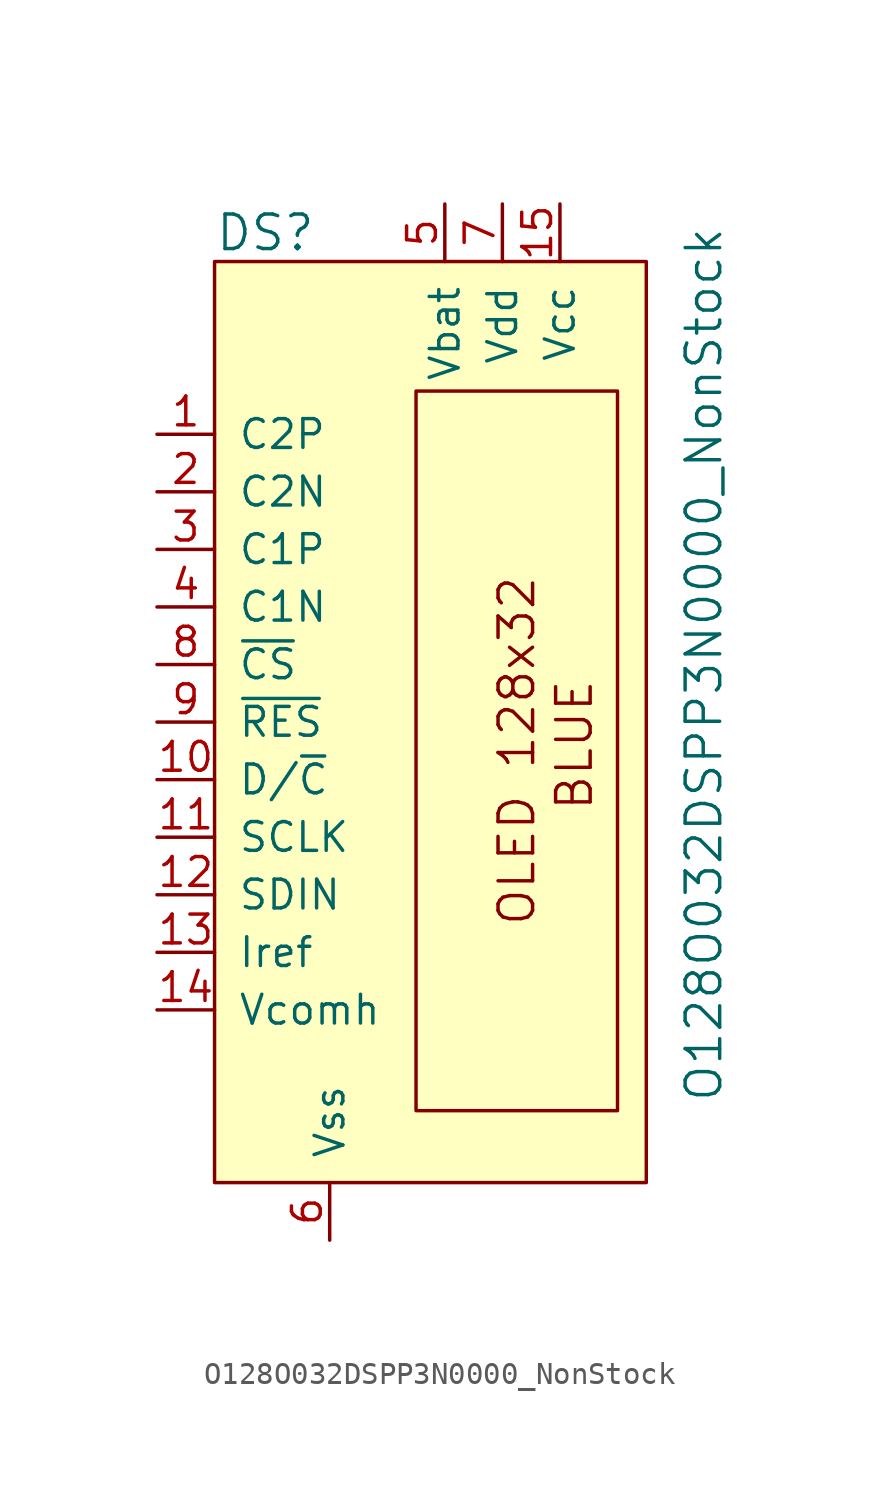
<source format=kicad_sym>
(kicad_symbol_lib
  (version 20201005)
  (generator kicad_symbol_editor)
  (symbol "O128O032DSPP3N0000_NonStock"
    (pin_names
      (offset 1.016))
    (property "Reference" "DS"
      (at -17.78 19.05 0)
      (effects (font (size 1.524 1.524)) (justify left)))
    (property "Value" "O128O032DSPP3N0000_NonStock"
      (at 3.81 0 90)
      (effects (font (size 1.524 1.524))))
    (symbol "O128O032DSPP3N0000_NonStock_0_0"
      (text "BLUE" (at -1.905 -3.556 900) (effects (font (size 1.524 1.524))))
      (text "OLED 128x32" (at -4.445 -3.81 900) (effects (font (size 1.524 1.524)))))
    (symbol "O128O032DSPP3N0000_NonStock_0_1"
      (rectangle (start -17.78 -22.86) (end 1.27 17.78) (stroke (width 0)) (fill (type background)))
      (rectangle (start -8.89 12.065) (end 0 -19.685) (stroke (width 0)) (fill (type none))))
    (symbol "O128O032DSPP3N0000_NonStock_1_1"
      (pin passive line (at -20.32 10.16 0) (length 2.54) (name "C2P" (effects (font (size 1.27 1.27)))) (number "1" (effects (font (size 1.27 1.27)))))
      (pin passive line (at -20.32 7.62 0) (length 2.54) (name "C2N" (effects (font (size 1.27 1.27)))) (number "2" (effects (font (size 1.27 1.27)))))
      (pin passive line (at -20.32 5.08 0) (length 2.54) (name "C1P" (effects (font (size 1.27 1.27)))) (number "3" (effects (font (size 1.27 1.27)))))
      (pin passive line (at -20.32 2.54 0) (length 2.54) (name "C1N" (effects (font (size 1.27 1.27)))) (number "4" (effects (font (size 1.27 1.27)))))
      (pin power_in line (at -7.62 20.32 270) (length 2.54) (name "Vbat" (effects (font (size 1.27 1.27)))) (number "5" (effects (font (size 1.27 1.27)))))
      (pin power_in line (at -12.7 -25.4 90) (length 2.54) (name "Vss" (effects (font (size 1.27 1.27)))) (number "6" (effects (font (size 1.27 1.27)))))
      (pin power_in line (at -5.08 20.32 270) (length 2.54) (name "Vdd" (effects (font (size 1.27 1.27)))) (number "7" (effects (font (size 1.27 1.27)))))
      (pin input line (at -20.32 0 0) (length 2.54) (name "~CS" (effects (font (size 1.27 1.27)))) (number "8" (effects (font (size 1.27 1.27)))))
      (pin input line (at -20.32 -2.54 0) (length 2.54) (name "~RES" (effects (font (size 1.27 1.27)))) (number "9" (effects (font (size 1.27 1.27)))))
      (pin input line (at -20.32 -5.08 0) (length 2.54) (name "D/~C" (effects (font (size 1.27 1.27)))) (number "10" (effects (font (size 1.27 1.27)))))
      (pin input line (at -20.32 -7.62 0) (length 2.54) (name "SCLK" (effects (font (size 1.27 1.27)))) (number "11" (effects (font (size 1.27 1.27)))))
      (pin input line (at -20.32 -10.16 0) (length 2.54) (name "SDIN" (effects (font (size 1.27 1.27)))) (number "12" (effects (font (size 1.27 1.27)))))
      (pin passive line (at -20.32 -12.7 0) (length 2.54) (name "Iref" (effects (font (size 1.27 1.27)))) (number "13" (effects (font (size 1.27 1.27)))))
      (pin input line (at -20.32 -15.24 0) (length 2.54) (name "Vcomh" (effects (font (size 1.27 1.27)))) (number "14" (effects (font (size 1.27 1.27)))))
      (pin input line (at -2.54 20.32 270) (length 2.54) (name "Vcc" (effects (font (size 1.27 1.27)))) (number "15" (effects (font (size 1.27 1.27))))))))
</source>
